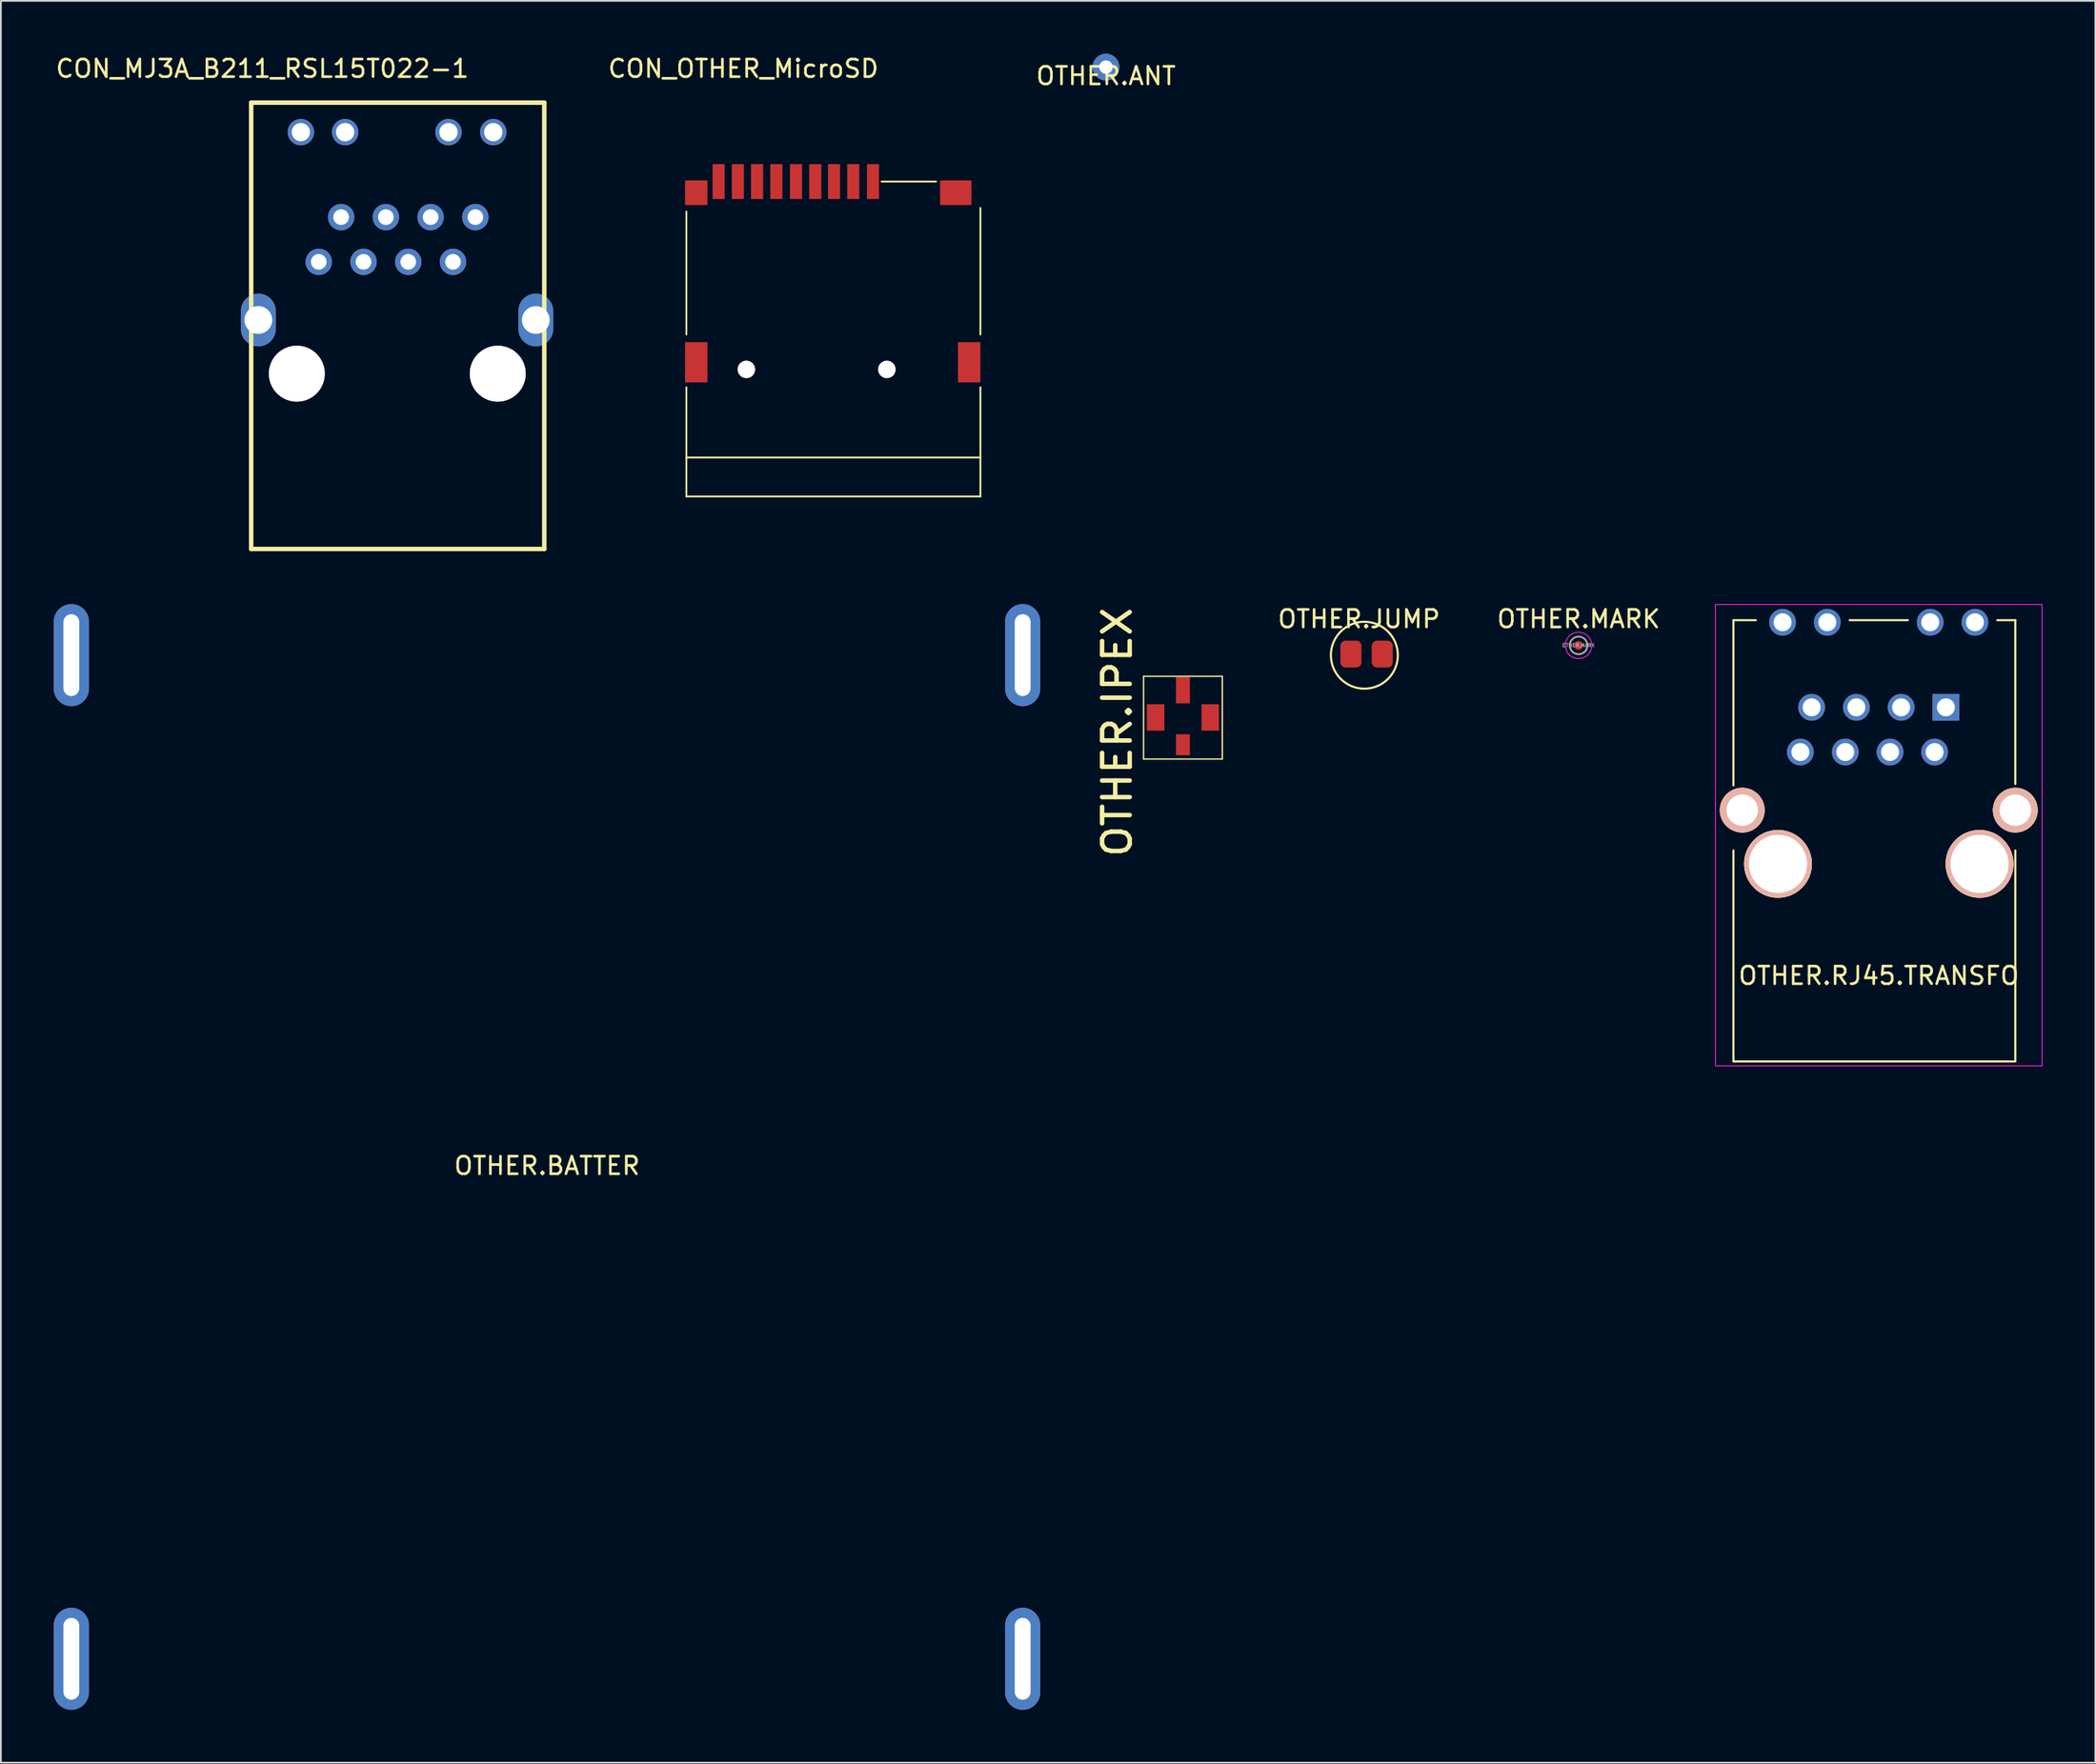
<source format=kicad_pcb>
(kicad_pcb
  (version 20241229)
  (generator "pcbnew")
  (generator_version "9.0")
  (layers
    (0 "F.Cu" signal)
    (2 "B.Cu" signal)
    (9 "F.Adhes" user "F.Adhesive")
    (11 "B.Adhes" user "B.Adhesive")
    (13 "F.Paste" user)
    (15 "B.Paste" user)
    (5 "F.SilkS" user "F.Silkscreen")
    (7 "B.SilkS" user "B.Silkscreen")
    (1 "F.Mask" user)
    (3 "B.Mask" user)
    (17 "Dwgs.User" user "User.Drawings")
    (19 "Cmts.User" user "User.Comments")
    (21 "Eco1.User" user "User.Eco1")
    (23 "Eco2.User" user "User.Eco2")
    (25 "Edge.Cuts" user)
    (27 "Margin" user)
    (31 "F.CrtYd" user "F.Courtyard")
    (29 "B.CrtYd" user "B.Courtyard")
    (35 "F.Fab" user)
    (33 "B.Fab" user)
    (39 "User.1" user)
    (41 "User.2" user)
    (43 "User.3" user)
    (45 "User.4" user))
  (footprint "CON_OTHER_MicroSD"
    (layer "F.Cu")
    (at 36.47 17.523)
    (property "Reference" "CON_OTHER_MicroSD" (at 2.675 -16.675 0) (layer "F.SilkS") (effects (font (size 1 1) (thickness 0.15))))
    (attr through_hole)
    (fp_line (start -0.559 -1.575) (end -0.559 -8.56) (stroke (width 0.102) (type solid)) (layer "F.SilkS"))
    (fp_line (start -0.559 5.41) (end -0.559 1.422) (stroke (width 0.102) (type solid)) (layer "F.SilkS"))
    (fp_line (start -0.559 5.41) (end 16.129 5.41) (stroke (width 0.102) (type solid)) (layer "F.SilkS"))
    (fp_line (start -0.559 7.62) (end -0.559 5.41) (stroke (width 0.102) (type solid)) (layer "F.SilkS"))
    (fp_line (start -0.559 7.62) (end 16.129 7.62) (stroke (width 0.102) (type solid)) (layer "F.SilkS"))
    (fp_line (start 10.516 -10.262) (end 13.614 -10.262) (stroke (width 0.102) (type solid)) (layer "F.SilkS"))
    (fp_line (start 16.129 -1.575) (end 16.129 -8.763) (stroke (width 0.102) (type solid)) (layer "F.SilkS"))
    (fp_line (start 16.129 5.41) (end 16.129 1.422) (stroke (width 0.102) (type solid)) (layer "F.SilkS"))
    (fp_line (start 16.129 7.62) (end 16.129 5.41) (stroke (width 0.102) (type solid)) (layer "F.SilkS"))
    (pad "1" smd rect (at 10.033 -10.262) (size 0.686 1.981) (layers "F.Cu" "F.Mask" "F.Paste"))
    (pad "2" smd rect (at 8.915 -10.262) (size 0.686 1.981) (layers "F.Cu" "F.Mask" "F.Paste"))
    (pad "3" smd rect (at 7.823 -10.262) (size 0.686 1.981) (layers "F.Cu" "F.Mask" "F.Paste"))
    (pad "4" smd rect (at 6.756 -10.262) (size 0.686 1.981) (layers "F.Cu" "F.Mask" "F.Paste"))
    (pad "5" smd rect (at 5.664 -10.262) (size 0.686 1.981) (layers "F.Cu" "F.Mask" "F.Paste"))
    (pad "6" smd rect (at 4.547 -10.262) (size 0.686 1.981) (layers "F.Cu" "F.Mask" "F.Paste"))
    (pad "7" smd rect (at 3.454 -10.262) (size 0.686 1.981) (layers "F.Cu" "F.Mask" "F.Paste"))
    (pad "8" smd rect (at 2.362 -10.262) (size 0.686 1.981) (layers "F.Cu" "F.Mask" "F.Paste"))
    (pad "9" smd rect (at 1.27 -10.262) (size 0.686 1.981) (layers "F.Cu" "F.Mask" "F.Paste"))
    (pad "10" smd rect (at 0 -9.627) (size 1.27 1.397) (layers "F.Cu" "F.Mask" "F.Paste"))
    (pad "11" smd rect (at 0 0) (size 1.27 2.286) (layers "F.Cu" "F.Mask" "F.Paste"))
    (pad "12" smd rect (at 15.494 0) (size 1.27 2.286) (layers "F.Cu" "F.Mask" "F.Paste"))
    (pad "13" smd rect (at 14.732 -9.627) (size 1.778 1.397) (layers "F.Cu" "F.Mask" "F.Paste"))
    (pad "A2" thru_hole circle (at 2.845 0.406) (size 0.991 0.991) (drill 0.991) (layers "*.Cu" "*.Mask"))
    (pad "_1" thru_hole circle (at 10.82 0.406) (size 0.991 0.991) (drill 0.991) (layers "*.Cu" "*.Mask")))
  (footprint "OTHER.MARK"
    (layer "F.Cu")
    (at 86.554 33.603)
    (property "Reference" "OTHER.MARK" (at 0 -1.5 0) (layer "F.SilkS") (effects (font (size 1 1) (thickness 0.15))))
    (attr exclude_from_pos_files exclude_from_bom)
    (fp_circle (center 0 0) (end 0.75 0) (stroke (width 0.05) (type solid)) (fill no) (layer "F.CrtYd"))
    (fp_circle (center 0 0) (end 0.5 0) (stroke (width 0.1) (type solid)) (fill no) (layer "F.Fab"))
    (fp_text user "${REFERENCE}" (at 0 0 0) (layer "F.Fab") (effects (font (size 0.2 0.2) (thickness 0.04))))
    (pad "~" smd circle (at 0 0) (size 0.5 0.5) (layers "F.Cu" "F.Mask")))
  (footprint "OTHER.RJ45.TRANSFO"
    (layer "F.Cu")
    (at 107.403 37.12)
    (property "Reference" "OTHER.RJ45.TRANSFO" (at -3.81 15.24 0) (layer "F.SilkS") (effects (font (size 1 1) (thickness 0.15))))
    (attr through_hole)
    (fp_line (start -12.06 -4.95) (end -12.06 4.43) (stroke (width 0.12) (type solid)) (layer "F.SilkS"))
    (fp_line (start -12.06 -4.95) (end -10.79 -4.95) (stroke (width 0.12) (type solid)) (layer "F.SilkS"))
    (fp_line (start -12.06 20.07) (end -12.06 8.13) (stroke (width 0.12) (type solid)) (layer "F.SilkS"))
    (fp_line (start -12.06 20.11) (end 3.94 20.11) (stroke (width 0.12) (type solid)) (layer "F.SilkS"))
    (fp_line (start -5.46 -4.95) (end -2.16 -4.95) (stroke (width 0.12) (type solid)) (layer "F.SilkS"))
    (fp_line (start 3.94 -4.95) (end 2.92 -4.95) (stroke (width 0.12) (type solid)) (layer "F.SilkS"))
    (fp_line (start 3.94 -4.95) (end 3.94 4.35) (stroke (width 0.12) (type solid)) (layer "F.SilkS"))
    (fp_line (start 3.94 20.07) (end 3.94 8.13) (stroke (width 0.12) (type solid)) (layer "F.SilkS"))
    (fp_line (start -13.08 -5.84) (end -13.08 20.36) (stroke (width 0.05) (type solid)) (layer "F.CrtYd"))
    (fp_line (start -13.08 -5.84) (end 5.46 -5.84) (stroke (width 0.05) (type solid)) (layer "F.CrtYd"))
    (fp_line (start 5.46 20.36) (end -13.08 20.36) (stroke (width 0.05) (type solid)) (layer "F.CrtYd"))
    (fp_line (start 5.46 20.36) (end 5.46 -5.84) (stroke (width 0.05) (type solid)) (layer "F.CrtYd"))
    (pad "1" thru_hole rect (at 0 0) (size 1.52 1.52) (drill 1.02) (layers "*.Cu" "*.Mask"))
    (pad "2" thru_hole circle (at -0.64 2.54) (size 1.52 1.52) (drill 1.02) (layers "*.Cu" "*.Mask"))
    (pad "3" thru_hole circle (at -2.54 0) (size 1.52 1.52) (drill 1.02) (layers "*.Cu" "*.Mask"))
    (pad "4" thru_hole circle (at -3.17 2.54) (size 1.52 1.52) (drill 1.02) (layers "*.Cu" "*.Mask"))
    (pad "5" thru_hole circle (at -5.08 0) (size 1.52 1.52) (drill 1.02) (layers "*.Cu" "*.Mask"))
    (pad "6" thru_hole circle (at -5.71 2.54) (size 1.52 1.52) (drill 1.02) (layers "*.Cu" "*.Mask"))
    (pad "7" thru_hole circle (at -7.62 0) (size 1.52 1.52) (drill 1.02) (layers "*.Cu" "*.Mask"))
    (pad "8" thru_hole circle (at -8.26 2.54) (size 1.52 1.52) (drill 1.02) (layers "*.Cu" "*.Mask"))
    (pad "13" thru_hole circle (at -11.56 5.84) (size 2.54 2.54) (drill 1.78) (layers "*.Cu" "*.SilkS" "*.Mask"))
    (pad "13" thru_hole circle (at 3.94 5.84) (size 2.54 2.54) (drill 1.78) (layers "*.Cu" "*.SilkS" "*.Mask"))
    (pad "GA" thru_hole circle (at -0.89 -4.83) (size 1.52 1.52) (drill 1.02) (layers "*.Cu" "*.Mask"))
    (pad "GK" thru_hole circle (at 1.65 -4.83) (size 1.52 1.52) (drill 1.02) (layers "*.Cu" "*.Mask"))
    (pad "Hole" thru_hole circle (at -9.53 8.89) (size 3.85 3.85) (drill 3.3) (layers "*.Cu" "*.SilkS" "*.Mask"))
    (pad "Hole" thru_hole circle (at 1.91 8.89) (size 3.85 3.85) (drill 3.3) (layers "*.Cu" "*.SilkS" "*.Mask"))
    (pad "YA" thru_hole circle (at -9.27 -4.83) (size 1.52 1.52) (drill 1.02) (layers "*.Cu" "*.Mask"))
    (pad "YK" thru_hole circle (at -6.73 -4.83) (size 1.52 1.52) (drill 1.02) (layers "*.Cu" "*.Mask")))
  (footprint "OTHER.BATTER"
    (layer "F.Cu")
    (at 28 62.655)
    (property "Reference" "OTHER.BATTER" (at 0 0.5 0) (layer "F.SilkS") (effects (font (size 1 1) (thickness 0.15))))
    (attr through_hole)
    (pad "1" thru_hole oval (at -27 28.5 90) (size 5.8 2) (drill oval 4.65 0.9) (layers "*.Cu" "*.Mask"))
    (pad "2" thru_hole oval (at 27 28.5 90) (size 5.8 2) (drill oval 4.65 0.9) (layers "*.Cu" "*.Mask"))
    (pad "3" thru_hole oval (at -27 -28.5 90) (size 5.8 2) (drill oval 4.65 0.9) (layers "*.Cu" "*.Mask"))
    (pad "3" thru_hole oval (at 27 -28.5 90) (size 5.8 2) (drill oval 4.65 0.9) (layers "*.Cu" "*.Mask")))
  (footprint "CON_MJ3A_B211_RSL15T022-1"
    (layer "F.Cu")
    (at 11.614 15.123)
    (property "Reference" "CON_MJ3A_B211_RSL15T022-1" (at 0.225 -14.275 0) (layer "F.SilkS") (effects (font (size 1 1) (thickness 0.15))))
    (attr through_hole)
    (fp_line (start -0.406 -12.344) (end 16.231 -12.344) (stroke (width 0.254) (type solid)) (layer "F.SilkS"))
    (fp_line (start -0.406 13.005) (end -0.406 -12.344) (stroke (width 0.254) (type solid)) (layer "F.SilkS"))
    (fp_line (start -0.406 13.005) (end 16.231 13.005) (stroke (width 0.254) (type solid)) (layer "F.SilkS"))
    (fp_line (start 16.231 13.005) (end 16.231 -12.344) (stroke (width 0.254) (type solid)) (layer "F.SilkS"))
    (pad "0" thru_hole circle (at 2.184 3.048) (size 3.175 3.175) (drill 3.175) (layers "*.Cu" "*.Mask"))
    (pad "0_1" thru_hole circle (at 13.589 3.048) (size 3.175 3.175) (drill 3.175) (layers "*.Cu" "*.Mask"))
    (pad "1" thru_hole circle (at 12.319 -5.842 180) (size 1.499 1.499) (drill 0.889) (layers "*.Cu" "*.Mask"))
    (pad "2" thru_hole circle (at 11.049 -3.302 180) (size 1.499 1.499) (drill 0.889) (layers "*.Cu" "*.Mask"))
    (pad "3" thru_hole circle (at 9.779 -5.842 180) (size 1.499 1.499) (drill 0.889) (layers "*.Cu" "*.Mask"))
    (pad "4" thru_hole circle (at 8.509 -3.302 180) (size 1.499 1.499) (drill 0.889) (layers "*.Cu" "*.Mask"))
    (pad "5" thru_hole circle (at 7.239 -5.842 180) (size 1.499 1.499) (drill 0.889) (layers "*.Cu" "*.Mask"))
    (pad "6" thru_hole circle (at 5.969 -3.302 180) (size 1.499 1.499) (drill 0.889) (layers "*.Cu" "*.Mask"))
    (pad "7" thru_hole circle (at 4.699 -5.842 180) (size 1.499 1.499) (drill 0.889) (layers "*.Cu" "*.Mask"))
    (pad "8" thru_hole circle (at 3.429 -3.302 180) (size 1.499 1.499) (drill 0.889) (layers "*.Cu" "*.Mask"))
    (pad "9" thru_hole circle (at 2.413 -10.668 180) (size 1.499 1.499) (drill 1.041) (layers "*.Cu" "*.Mask"))
    (pad "10" thru_hole circle (at 4.928 -10.668 180) (size 1.499 1.499) (drill 1.041) (layers "*.Cu" "*.Mask"))
    (pad "11" thru_hole circle (at 10.795 -10.668 180) (size 1.499 1.499) (drill 1.041) (layers "*.Cu" "*.Mask"))
    (pad "12" thru_hole circle (at 13.335 -10.668 180) (size 1.499 1.499) (drill 1.041) (layers "*.Cu" "*.Mask"))
    (pad "BO1" thru_hole oval (at 0 0) (size 1.981 2.997) (drill 1.575) (layers "*.Cu" "*.Mask"))
    (pad "BO2" thru_hole oval (at 15.748 0) (size 1.981 2.997) (drill 1.575) (layers "*.Cu" "*.Mask")))
  (footprint "OTHER.ANT"
    (layer "F.Cu")
    (at 59.727 0.762)
    (property "Reference" "OTHER.ANT" (at 0 0.5 0) (layer "F.SilkS") (effects (font (size 1 1) (thickness 0.15))))
    (attr through_hole)
    (pad "1" thru_hole circle (at 0 0) (size 1.524 1.524) (drill 0.762) (layers "*.Cu" "*.Mask")))
  (footprint "OTHER.JUMP"
    (layer "F.Cu")
    (at 74.394 34.161)
    (property "Reference" "OTHER.JUMP" (at -0.305 -2.057 0) (layer "F.SilkS") (effects (font (size 1 1) (thickness 0.15))))
    (attr through_hole)
    (fp_circle (center 0 0) (end 1.9 0) (stroke (width 0.12) (type solid)) (fill no) (layer "F.SilkS"))
    (pad "1" smd roundrect (at -0.762 -0.064) (size 1.2 1.524) (layers "F.Cu" "F.Mask" "F.Paste") (roundrect_rratio 0.25))
    (pad "2" smd roundrect (at 1.016 -0.064) (size 1.2 1.524) (layers "F.Cu" "F.Mask" "F.Paste") (roundrect_rratio 0.25)))
  (footprint "OTHER.IPEX"
    (layer "F.Cu")
    (at 64.096 37.694)
    (property "Reference" "OTHER.IPEX" (at -3.734 0.838 90) (unlocked yes) (layer "F.SilkS") (effects (font (size 1.566 1.647) (thickness 0.254))))
    (attr smd)
    (fp_line (start -2.235 -2.337) (end 2.235 -2.337) (stroke (width 0.076) (type solid)) (layer "F.SilkS"))
    (fp_line (start -2.235 2.362) (end -2.235 -2.337) (stroke (width 0.076) (type solid)) (layer "F.SilkS"))
    (fp_line (start -2.235 2.362) (end 2.235 2.362) (stroke (width 0.076) (type solid)) (layer "F.SilkS"))
    (fp_line (start 2.235 2.362) (end 2.235 -2.337) (stroke (width 0.076) (type solid)) (layer "F.SilkS"))
    (pad "1" smd rect (at 1.549 0) (size 0.991 1.499) (layers "F.Cu" "F.Mask" "F.Paste"))
    (pad "2" smd rect (at -1.549 0) (size 0.991 1.499) (layers "F.Cu" "F.Mask" "F.Paste"))
    (pad "3" smd rect (at 0 -1.549) (size 0.787 1.499) (layers "F.Cu" "F.Mask" "F.Paste"))
    (pad "4" smd rect (at 0 1.549) (size 0.787 1.194) (layers "F.Cu" "F.Mask" "F.Paste")))
  (gr_rect
    (start -3 -3)
    (end 115.888 97.055)
    (stroke (width 0.1) (type default))
    (fill no)
    (layer "Edge.Cuts")))
</source>
